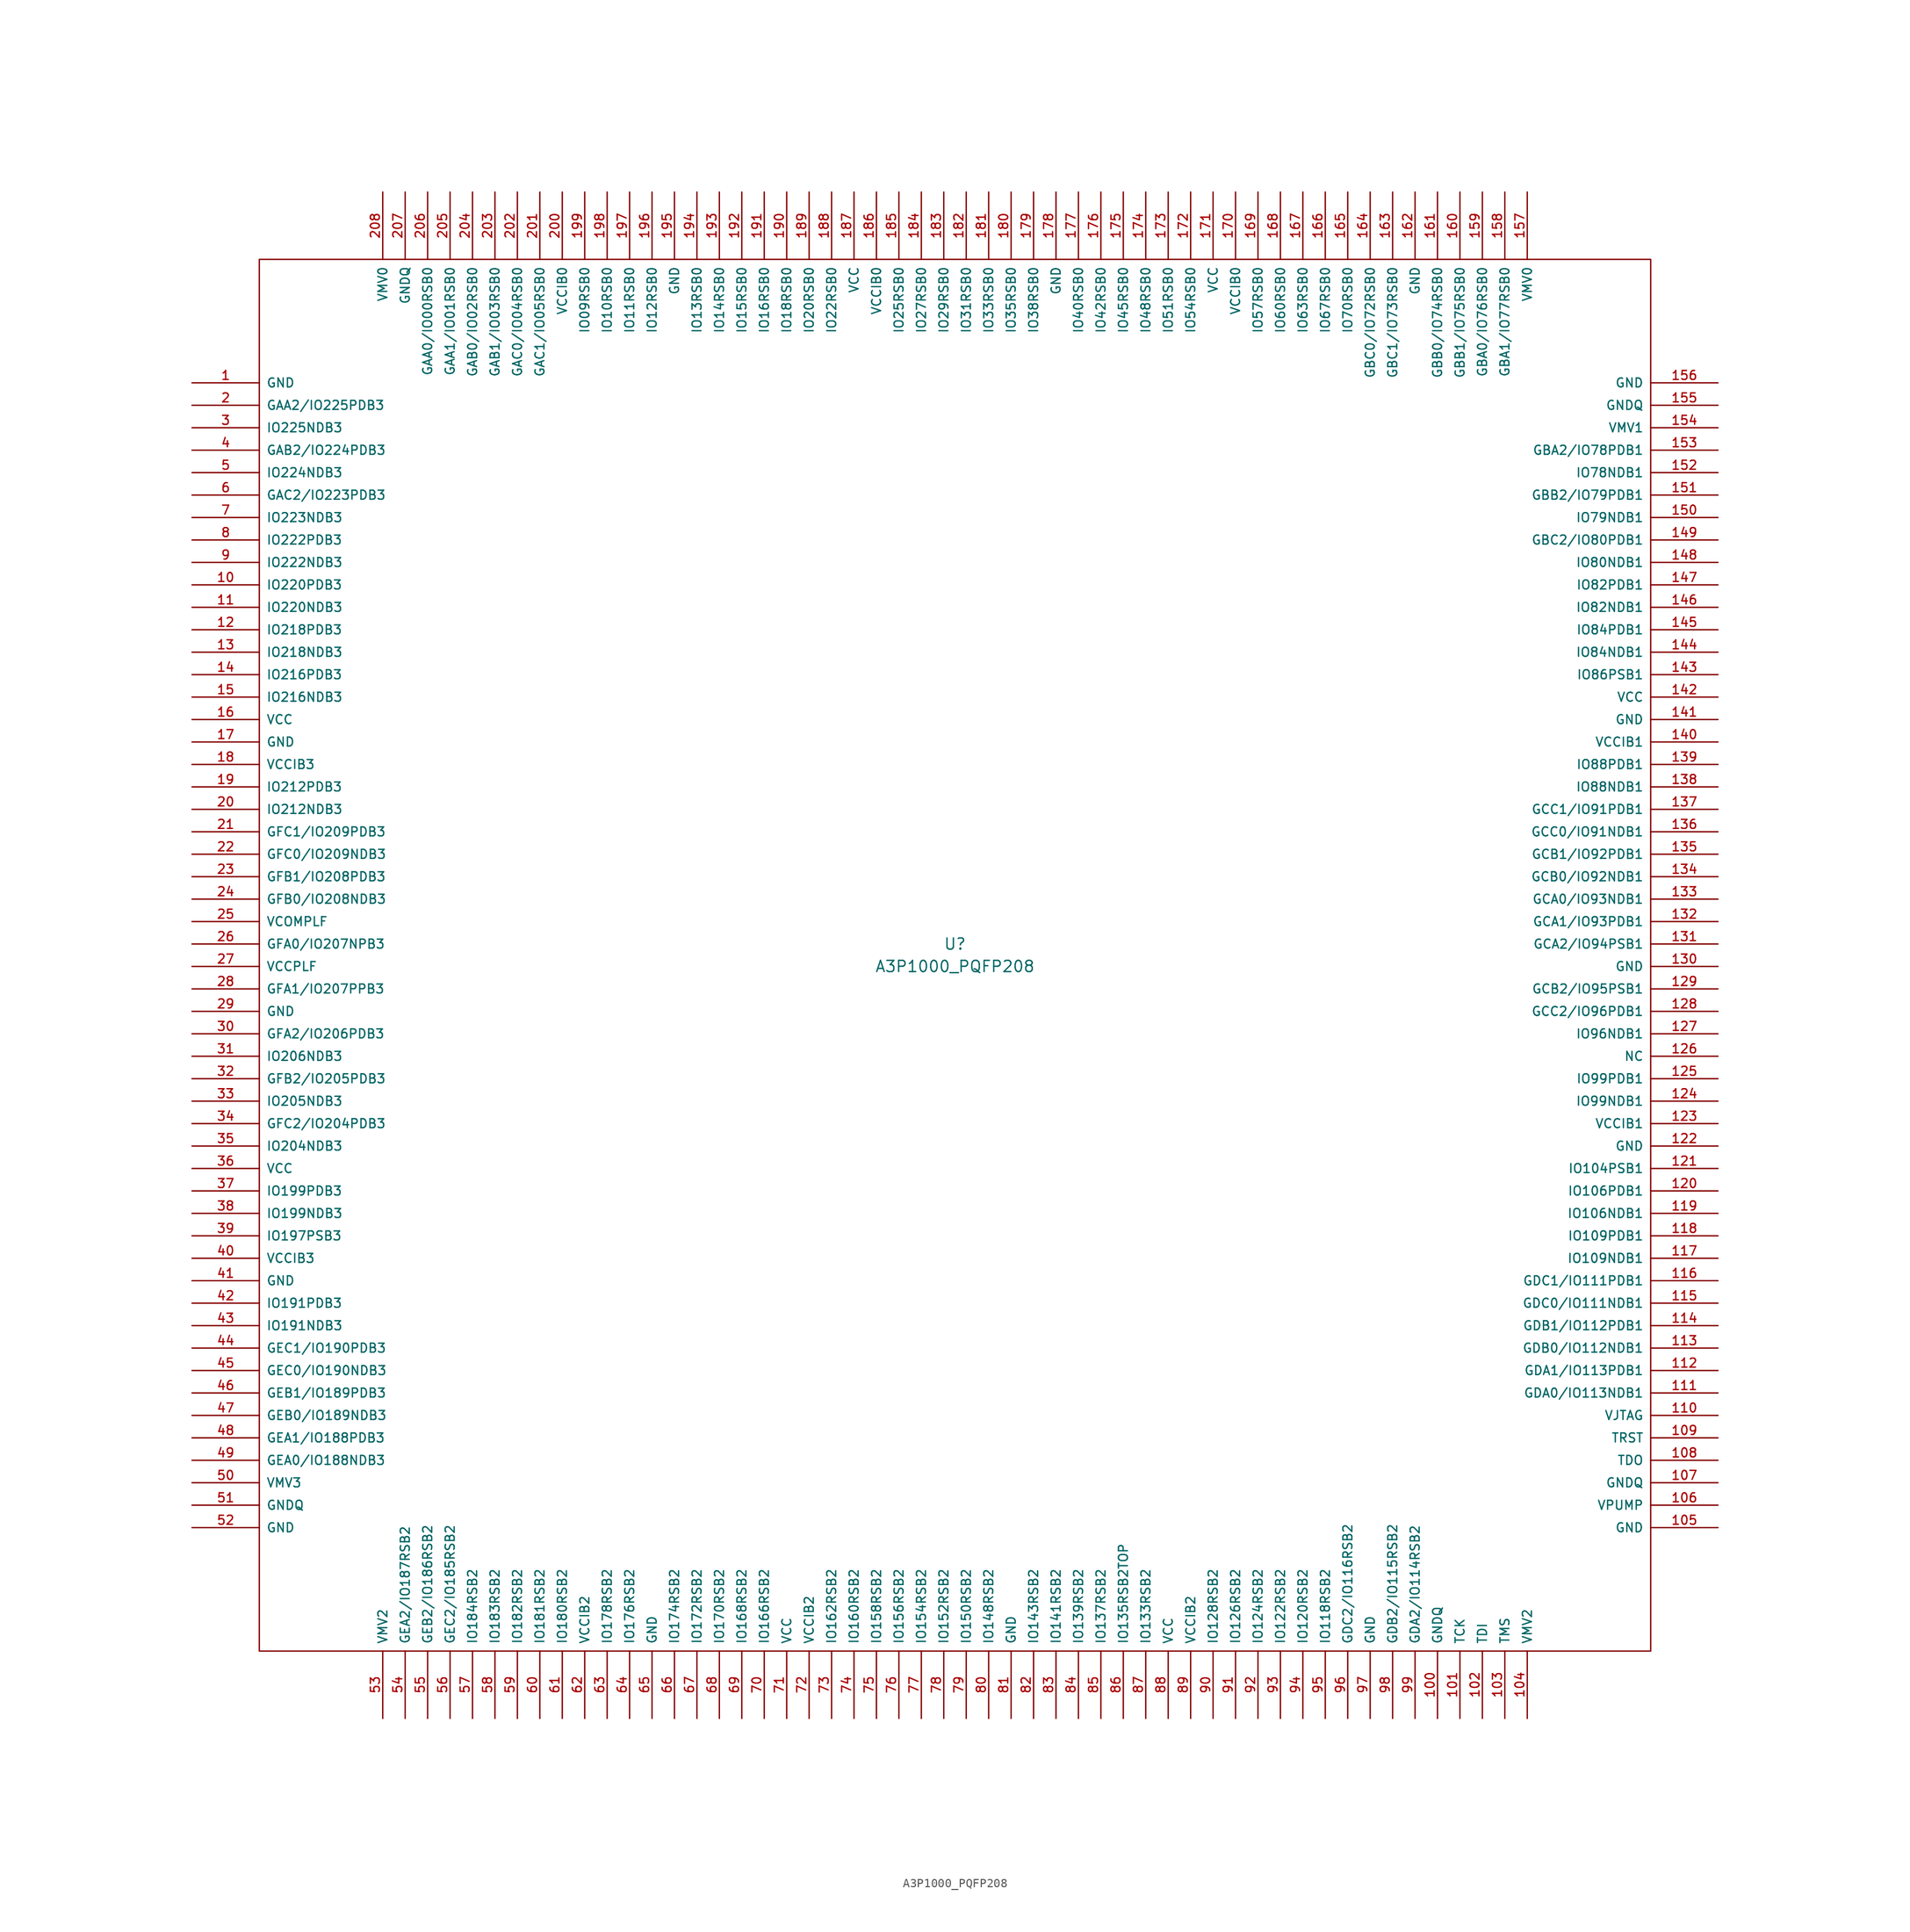
<source format=kicad_sym>
(kicad_symbol_lib
  (version 20211014)
  (generator kicad_symbol_editor)
  (symbol "A3P1000_PQFP208"
    (pin_names
      (offset 0.762))
    (property "Reference" "U"
      (at 78.74 -77.47 0)
      (effects (font (size 1.27 1.27))))
    (property "Value" "A3P1000_PQFP208"
      (at 78.74 -80.01 0)
      (effects (font (size 1.27 1.27))))
    (property "Footprint" ""
      (at 0 0 0)
      (effects (font (size 1.524 1.524))))
    (property "Datasheet" ""
      (at 0 0 0)
      (effects (font (size 1.524 1.524))))
    (symbol "A3P1000_PQFP208_0_0"
      (rectangle (start 0 0) (end 157.48 -157.48) (stroke (width 0) (type default) (color 0 0 0 0)) (fill (type none)))
      (pin passive line (at -7.62 -13.97 0) (length 7.62) (name "GND" (effects (font (size 1.016 1.016)))) (number "1" (effects (font (size 1.016 1.016)))))
      (pin passive line (at -7.62 -36.83 0) (length 7.62) (name "IO220PDB3" (effects (font (size 1.016 1.016)))) (number "10" (effects (font (size 1.016 1.016)))))
      (pin passive line (at 133.35 -165.1 90) (length 7.62) (name "GNDQ" (effects (font (size 1.016 1.016)))) (number "100" (effects (font (size 1.016 1.016)))))
      (pin passive line (at 135.89 -165.1 90) (length 7.62) (name "TCK" (effects (font (size 1.016 1.016)))) (number "101" (effects (font (size 1.016 1.016)))))
      (pin passive line (at 138.43 -165.1 90) (length 7.62) (name "TDI" (effects (font (size 1.016 1.016)))) (number "102" (effects (font (size 1.016 1.016)))))
      (pin passive line (at 140.97 -165.1 90) (length 7.62) (name "TMS" (effects (font (size 1.016 1.016)))) (number "103" (effects (font (size 1.016 1.016)))))
      (pin passive line (at 143.51 -165.1 90) (length 7.62) (name "VMV2" (effects (font (size 1.016 1.016)))) (number "104" (effects (font (size 1.016 1.016)))))
      (pin passive line (at 165.1 -143.51 180) (length 7.62) (name "GND" (effects (font (size 1.016 1.016)))) (number "105" (effects (font (size 1.016 1.016)))))
      (pin passive line (at 165.1 -140.97 180) (length 7.62) (name "VPUMP" (effects (font (size 1.016 1.016)))) (number "106" (effects (font (size 1.016 1.016)))))
      (pin passive line (at 165.1 -138.43 180) (length 7.62) (name "GNDQ" (effects (font (size 1.016 1.016)))) (number "107" (effects (font (size 1.016 1.016)))))
      (pin passive line (at 165.1 -135.89 180) (length 7.62) (name "TDO" (effects (font (size 1.016 1.016)))) (number "108" (effects (font (size 1.016 1.016)))))
      (pin passive line (at 165.1 -133.35 180) (length 7.62) (name "TRST" (effects (font (size 1.016 1.016)))) (number "109" (effects (font (size 1.016 1.016)))))
      (pin passive line (at -7.62 -39.37 0) (length 7.62) (name "IO220NDB3" (effects (font (size 1.016 1.016)))) (number "11" (effects (font (size 1.016 1.016)))))
      (pin passive line (at 165.1 -130.81 180) (length 7.62) (name "VJTAG" (effects (font (size 1.016 1.016)))) (number "110" (effects (font (size 1.016 1.016)))))
      (pin passive line (at 165.1 -128.27 180) (length 7.62) (name "GDA0/IO113NDB1" (effects (font (size 1.016 1.016)))) (number "111" (effects (font (size 1.016 1.016)))))
      (pin passive line (at 165.1 -125.73 180) (length 7.62) (name "GDA1/IO113PDB1" (effects (font (size 1.016 1.016)))) (number "112" (effects (font (size 1.016 1.016)))))
      (pin passive line (at 165.1 -123.19 180) (length 7.62) (name "GDB0/IO112NDB1" (effects (font (size 1.016 1.016)))) (number "113" (effects (font (size 1.016 1.016)))))
      (pin passive line (at 165.1 -120.65 180) (length 7.62) (name "GDB1/IO112PDB1" (effects (font (size 1.016 1.016)))) (number "114" (effects (font (size 1.016 1.016)))))
      (pin passive line (at 165.1 -118.11 180) (length 7.62) (name "GDC0/IO111NDB1" (effects (font (size 1.016 1.016)))) (number "115" (effects (font (size 1.016 1.016)))))
      (pin passive line (at 165.1 -115.57 180) (length 7.62) (name "GDC1/IO111PDB1" (effects (font (size 1.016 1.016)))) (number "116" (effects (font (size 1.016 1.016)))))
      (pin passive line (at 165.1 -113.03 180) (length 7.62) (name "IO109NDB1" (effects (font (size 1.016 1.016)))) (number "117" (effects (font (size 1.016 1.016)))))
      (pin passive line (at 165.1 -110.49 180) (length 7.62) (name "IO109PDB1" (effects (font (size 1.016 1.016)))) (number "118" (effects (font (size 1.016 1.016)))))
      (pin passive line (at 165.1 -107.95 180) (length 7.62) (name "IO106NDB1" (effects (font (size 1.016 1.016)))) (number "119" (effects (font (size 1.016 1.016)))))
      (pin passive line (at -7.62 -41.91 0) (length 7.62) (name "IO218PDB3" (effects (font (size 1.016 1.016)))) (number "12" (effects (font (size 1.016 1.016)))))
      (pin passive line (at 165.1 -105.41 180) (length 7.62) (name "IO106PDB1" (effects (font (size 1.016 1.016)))) (number "120" (effects (font (size 1.016 1.016)))))
      (pin passive line (at 165.1 -102.87 180) (length 7.62) (name "IO104PSB1" (effects (font (size 1.016 1.016)))) (number "121" (effects (font (size 1.016 1.016)))))
      (pin passive line (at 165.1 -100.33 180) (length 7.62) (name "GND" (effects (font (size 1.016 1.016)))) (number "122" (effects (font (size 1.016 1.016)))))
      (pin passive line (at 165.1 -97.79 180) (length 7.62) (name "VCCIB1" (effects (font (size 1.016 1.016)))) (number "123" (effects (font (size 1.016 1.016)))))
      (pin passive line (at 165.1 -95.25 180) (length 7.62) (name "IO99NDB1" (effects (font (size 1.016 1.016)))) (number "124" (effects (font (size 1.016 1.016)))))
      (pin passive line (at 165.1 -92.71 180) (length 7.62) (name "IO99PDB1" (effects (font (size 1.016 1.016)))) (number "125" (effects (font (size 1.016 1.016)))))
      (pin passive line (at 165.1 -90.17 180) (length 7.62) (name "NC" (effects (font (size 1.016 1.016)))) (number "126" (effects (font (size 1.016 1.016)))))
      (pin passive line (at 165.1 -87.63 180) (length 7.62) (name "IO96NDB1" (effects (font (size 1.016 1.016)))) (number "127" (effects (font (size 1.016 1.016)))))
      (pin passive line (at 165.1 -85.09 180) (length 7.62) (name "GCC2/IO96PDB1" (effects (font (size 1.016 1.016)))) (number "128" (effects (font (size 1.016 1.016)))))
      (pin passive line (at 165.1 -82.55 180) (length 7.62) (name "GCB2/IO95PSB1" (effects (font (size 1.016 1.016)))) (number "129" (effects (font (size 1.016 1.016)))))
      (pin passive line (at -7.62 -44.45 0) (length 7.62) (name "IO218NDB3" (effects (font (size 1.016 1.016)))) (number "13" (effects (font (size 1.016 1.016)))))
      (pin passive line (at 165.1 -80.01 180) (length 7.62) (name "GND" (effects (font (size 1.016 1.016)))) (number "130" (effects (font (size 1.016 1.016)))))
      (pin passive line (at 165.1 -77.47 180) (length 7.62) (name "GCA2/IO94PSB1" (effects (font (size 1.016 1.016)))) (number "131" (effects (font (size 1.016 1.016)))))
      (pin passive line (at 165.1 -74.93 180) (length 7.62) (name "GCA1/IO93PDB1" (effects (font (size 1.016 1.016)))) (number "132" (effects (font (size 1.016 1.016)))))
      (pin passive line (at 165.1 -72.39 180) (length 7.62) (name "GCA0/IO93NDB1" (effects (font (size 1.016 1.016)))) (number "133" (effects (font (size 1.016 1.016)))))
      (pin passive line (at 165.1 -69.85 180) (length 7.62) (name "GCB0/IO92NDB1" (effects (font (size 1.016 1.016)))) (number "134" (effects (font (size 1.016 1.016)))))
      (pin passive line (at 165.1 -67.31 180) (length 7.62) (name "GCB1/IO92PDB1" (effects (font (size 1.016 1.016)))) (number "135" (effects (font (size 1.016 1.016)))))
      (pin passive line (at 165.1 -64.77 180) (length 7.62) (name "GCC0/IO91NDB1" (effects (font (size 1.016 1.016)))) (number "136" (effects (font (size 1.016 1.016)))))
      (pin passive line (at 165.1 -62.23 180) (length 7.62) (name "GCC1/IO91PDB1" (effects (font (size 1.016 1.016)))) (number "137" (effects (font (size 1.016 1.016)))))
      (pin passive line (at 165.1 -59.69 180) (length 7.62) (name "IO88NDB1" (effects (font (size 1.016 1.016)))) (number "138" (effects (font (size 1.016 1.016)))))
      (pin passive line (at 165.1 -57.15 180) (length 7.62) (name "IO88PDB1" (effects (font (size 1.016 1.016)))) (number "139" (effects (font (size 1.016 1.016)))))
      (pin passive line (at -7.62 -46.99 0) (length 7.62) (name "IO216PDB3" (effects (font (size 1.016 1.016)))) (number "14" (effects (font (size 1.016 1.016)))))
      (pin passive line (at 165.1 -54.61 180) (length 7.62) (name "VCCIB1" (effects (font (size 1.016 1.016)))) (number "140" (effects (font (size 1.016 1.016)))))
      (pin passive line (at 165.1 -52.07 180) (length 7.62) (name "GND" (effects (font (size 1.016 1.016)))) (number "141" (effects (font (size 1.016 1.016)))))
      (pin passive line (at 165.1 -49.53 180) (length 7.62) (name "VCC" (effects (font (size 1.016 1.016)))) (number "142" (effects (font (size 1.016 1.016)))))
      (pin passive line (at 165.1 -46.99 180) (length 7.62) (name "IO86PSB1" (effects (font (size 1.016 1.016)))) (number "143" (effects (font (size 1.016 1.016)))))
      (pin passive line (at 165.1 -44.45 180) (length 7.62) (name "IO84NDB1" (effects (font (size 1.016 1.016)))) (number "144" (effects (font (size 1.016 1.016)))))
      (pin passive line (at 165.1 -41.91 180) (length 7.62) (name "IO84PDB1" (effects (font (size 1.016 1.016)))) (number "145" (effects (font (size 1.016 1.016)))))
      (pin passive line (at 165.1 -39.37 180) (length 7.62) (name "IO82NDB1" (effects (font (size 1.016 1.016)))) (number "146" (effects (font (size 1.016 1.016)))))
      (pin passive line (at 165.1 -36.83 180) (length 7.62) (name "IO82PDB1" (effects (font (size 1.016 1.016)))) (number "147" (effects (font (size 1.016 1.016)))))
      (pin passive line (at 165.1 -34.29 180) (length 7.62) (name "IO80NDB1" (effects (font (size 1.016 1.016)))) (number "148" (effects (font (size 1.016 1.016)))))
      (pin passive line (at 165.1 -31.75 180) (length 7.62) (name "GBC2/IO80PDB1" (effects (font (size 1.016 1.016)))) (number "149" (effects (font (size 1.016 1.016)))))
      (pin passive line (at -7.62 -49.53 0) (length 7.62) (name "IO216NDB3" (effects (font (size 1.016 1.016)))) (number "15" (effects (font (size 1.016 1.016)))))
      (pin passive line (at 165.1 -29.21 180) (length 7.62) (name "IO79NDB1" (effects (font (size 1.016 1.016)))) (number "150" (effects (font (size 1.016 1.016)))))
      (pin passive line (at 165.1 -26.67 180) (length 7.62) (name "GBB2/IO79PDB1" (effects (font (size 1.016 1.016)))) (number "151" (effects (font (size 1.016 1.016)))))
      (pin passive line (at 165.1 -24.13 180) (length 7.62) (name "IO78NDB1" (effects (font (size 1.016 1.016)))) (number "152" (effects (font (size 1.016 1.016)))))
      (pin passive line (at 165.1 -21.59 180) (length 7.62) (name "GBA2/IO78PDB1" (effects (font (size 1.016 1.016)))) (number "153" (effects (font (size 1.016 1.016)))))
      (pin passive line (at 165.1 -19.05 180) (length 7.62) (name "VMV1" (effects (font (size 1.016 1.016)))) (number "154" (effects (font (size 1.016 1.016)))))
      (pin passive line (at 165.1 -16.51 180) (length 7.62) (name "GNDQ" (effects (font (size 1.016 1.016)))) (number "155" (effects (font (size 1.016 1.016)))))
      (pin passive line (at 165.1 -13.97 180) (length 7.62) (name "GND" (effects (font (size 1.016 1.016)))) (number "156" (effects (font (size 1.016 1.016)))))
      (pin passive line (at 143.51 7.62 270) (length 7.62) (name "VMV0" (effects (font (size 1.016 1.016)))) (number "157" (effects (font (size 1.016 1.016)))))
      (pin passive line (at 140.97 7.62 270) (length 7.62) (name "GBA1/IO77RSB0" (effects (font (size 1.016 1.016)))) (number "158" (effects (font (size 1.016 1.016)))))
      (pin passive line (at 138.43 7.62 270) (length 7.62) (name "GBA0/IO76RSB0" (effects (font (size 1.016 1.016)))) (number "159" (effects (font (size 1.016 1.016)))))
      (pin passive line (at -7.62 -52.07 0) (length 7.62) (name "VCC" (effects (font (size 1.016 1.016)))) (number "16" (effects (font (size 1.016 1.016)))))
      (pin passive line (at 135.89 7.62 270) (length 7.62) (name "GBB1/IO75RSB0" (effects (font (size 1.016 1.016)))) (number "160" (effects (font (size 1.016 1.016)))))
      (pin passive line (at 133.35 7.62 270) (length 7.62) (name "GBB0/IO74RSB0" (effects (font (size 1.016 1.016)))) (number "161" (effects (font (size 1.016 1.016)))))
      (pin passive line (at 130.81 7.62 270) (length 7.62) (name "GND" (effects (font (size 1.016 1.016)))) (number "162" (effects (font (size 1.016 1.016)))))
      (pin passive line (at 128.27 7.62 270) (length 7.62) (name "GBC1/IO73RSB0" (effects (font (size 1.016 1.016)))) (number "163" (effects (font (size 1.016 1.016)))))
      (pin passive line (at 125.73 7.62 270) (length 7.62) (name "GBC0/IO72RSB0" (effects (font (size 1.016 1.016)))) (number "164" (effects (font (size 1.016 1.016)))))
      (pin passive line (at 123.19 7.62 270) (length 7.62) (name "IO70RSB0" (effects (font (size 1.016 1.016)))) (number "165" (effects (font (size 1.016 1.016)))))
      (pin passive line (at 120.65 7.62 270) (length 7.62) (name "IO67RSB0" (effects (font (size 1.016 1.016)))) (number "166" (effects (font (size 1.016 1.016)))))
      (pin passive line (at 118.11 7.62 270) (length 7.62) (name "IO63RSB0" (effects (font (size 1.016 1.016)))) (number "167" (effects (font (size 1.016 1.016)))))
      (pin passive line (at 115.57 7.62 270) (length 7.62) (name "IO60RSB0" (effects (font (size 1.016 1.016)))) (number "168" (effects (font (size 1.016 1.016)))))
      (pin passive line (at 113.03 7.62 270) (length 7.62) (name "IO57RSB0" (effects (font (size 1.016 1.016)))) (number "169" (effects (font (size 1.016 1.016)))))
      (pin passive line (at -7.62 -54.61 0) (length 7.62) (name "GND" (effects (font (size 1.016 1.016)))) (number "17" (effects (font (size 1.016 1.016)))))
      (pin passive line (at 110.49 7.62 270) (length 7.62) (name "VCCIB0" (effects (font (size 1.016 1.016)))) (number "170" (effects (font (size 1.016 1.016)))))
      (pin passive line (at 107.95 7.62 270) (length 7.62) (name "VCC" (effects (font (size 1.016 1.016)))) (number "171" (effects (font (size 1.016 1.016)))))
      (pin passive line (at 105.41 7.62 270) (length 7.62) (name "IO54RSB0" (effects (font (size 1.016 1.016)))) (number "172" (effects (font (size 1.016 1.016)))))
      (pin passive line (at 102.87 7.62 270) (length 7.62) (name "IO51RSB0" (effects (font (size 1.016 1.016)))) (number "173" (effects (font (size 1.016 1.016)))))
      (pin passive line (at 100.33 7.62 270) (length 7.62) (name "IO48RSB0" (effects (font (size 1.016 1.016)))) (number "174" (effects (font (size 1.016 1.016)))))
      (pin passive line (at 97.79 7.62 270) (length 7.62) (name "IO45RSB0" (effects (font (size 1.016 1.016)))) (number "175" (effects (font (size 1.016 1.016)))))
      (pin passive line (at 95.25 7.62 270) (length 7.62) (name "IO42RSB0" (effects (font (size 1.016 1.016)))) (number "176" (effects (font (size 1.016 1.016)))))
      (pin passive line (at 92.71 7.62 270) (length 7.62) (name "IO40RSB0" (effects (font (size 1.016 1.016)))) (number "177" (effects (font (size 1.016 1.016)))))
      (pin passive line (at 90.17 7.62 270) (length 7.62) (name "GND" (effects (font (size 1.016 1.016)))) (number "178" (effects (font (size 1.016 1.016)))))
      (pin passive line (at 87.63 7.62 270) (length 7.62) (name "IO38RSB0" (effects (font (size 1.016 1.016)))) (number "179" (effects (font (size 1.016 1.016)))))
      (pin passive line (at -7.62 -57.15 0) (length 7.62) (name "VCCIB3" (effects (font (size 1.016 1.016)))) (number "18" (effects (font (size 1.016 1.016)))))
      (pin passive line (at 85.09 7.62 270) (length 7.62) (name "IO35RSB0" (effects (font (size 1.016 1.016)))) (number "180" (effects (font (size 1.016 1.016)))))
      (pin passive line (at 82.55 7.62 270) (length 7.62) (name "IO33RSB0" (effects (font (size 1.016 1.016)))) (number "181" (effects (font (size 1.016 1.016)))))
      (pin passive line (at 80.01 7.62 270) (length 7.62) (name "IO31RSB0" (effects (font (size 1.016 1.016)))) (number "182" (effects (font (size 1.016 1.016)))))
      (pin passive line (at 77.47 7.62 270) (length 7.62) (name "IO29RSB0" (effects (font (size 1.016 1.016)))) (number "183" (effects (font (size 1.016 1.016)))))
      (pin passive line (at 74.93 7.62 270) (length 7.62) (name "IO27RSB0" (effects (font (size 1.016 1.016)))) (number "184" (effects (font (size 1.016 1.016)))))
      (pin passive line (at 72.39 7.62 270) (length 7.62) (name "IO25RSB0" (effects (font (size 1.016 1.016)))) (number "185" (effects (font (size 1.016 1.016)))))
      (pin passive line (at 69.85 7.62 270) (length 7.62) (name "VCCIB0" (effects (font (size 1.016 1.016)))) (number "186" (effects (font (size 1.016 1.016)))))
      (pin passive line (at 67.31 7.62 270) (length 7.62) (name "VCC" (effects (font (size 1.016 1.016)))) (number "187" (effects (font (size 1.016 1.016)))))
      (pin passive line (at 64.77 7.62 270) (length 7.62) (name "IO22RSB0" (effects (font (size 1.016 1.016)))) (number "188" (effects (font (size 1.016 1.016)))))
      (pin passive line (at 62.23 7.62 270) (length 7.62) (name "IO20RSB0" (effects (font (size 1.016 1.016)))) (number "189" (effects (font (size 1.016 1.016)))))
      (pin passive line (at -7.62 -59.69 0) (length 7.62) (name "IO212PDB3" (effects (font (size 1.016 1.016)))) (number "19" (effects (font (size 1.016 1.016)))))
      (pin passive line (at 59.69 7.62 270) (length 7.62) (name "IO18RSB0" (effects (font (size 1.016 1.016)))) (number "190" (effects (font (size 1.016 1.016)))))
      (pin passive line (at 57.15 7.62 270) (length 7.62) (name "IO16RSB0" (effects (font (size 1.016 1.016)))) (number "191" (effects (font (size 1.016 1.016)))))
      (pin passive line (at 54.61 7.62 270) (length 7.62) (name "IO15RSB0" (effects (font (size 1.016 1.016)))) (number "192" (effects (font (size 1.016 1.016)))))
      (pin passive line (at 52.07 7.62 270) (length 7.62) (name "IO14RSB0" (effects (font (size 1.016 1.016)))) (number "193" (effects (font (size 1.016 1.016)))))
      (pin passive line (at 49.53 7.62 270) (length 7.62) (name "IO13RSB0" (effects (font (size 1.016 1.016)))) (number "194" (effects (font (size 1.016 1.016)))))
      (pin passive line (at 46.99 7.62 270) (length 7.62) (name "GND" (effects (font (size 1.016 1.016)))) (number "195" (effects (font (size 1.016 1.016)))))
      (pin passive line (at 44.45 7.62 270) (length 7.62) (name "IO12RSB0" (effects (font (size 1.016 1.016)))) (number "196" (effects (font (size 1.016 1.016)))))
      (pin passive line (at 41.91 7.62 270) (length 7.62) (name "IO11RSB0" (effects (font (size 1.016 1.016)))) (number "197" (effects (font (size 1.016 1.016)))))
      (pin passive line (at 39.37 7.62 270) (length 7.62) (name "IO10RSB0" (effects (font (size 1.016 1.016)))) (number "198" (effects (font (size 1.016 1.016)))))
      (pin passive line (at 36.83 7.62 270) (length 7.62) (name "IO09RSB0" (effects (font (size 1.016 1.016)))) (number "199" (effects (font (size 1.016 1.016)))))
      (pin passive line (at -7.62 -16.51 0) (length 7.62) (name "GAA2/IO225PDB3" (effects (font (size 1.016 1.016)))) (number "2" (effects (font (size 1.016 1.016)))))
      (pin passive line (at -7.62 -62.23 0) (length 7.62) (name "IO212NDB3" (effects (font (size 1.016 1.016)))) (number "20" (effects (font (size 1.016 1.016)))))
      (pin passive line (at 34.29 7.62 270) (length 7.62) (name "VCCIB0" (effects (font (size 1.016 1.016)))) (number "200" (effects (font (size 1.016 1.016)))))
      (pin passive line (at 31.75 7.62 270) (length 7.62) (name "GAC1/IO05RSB0" (effects (font (size 1.016 1.016)))) (number "201" (effects (font (size 1.016 1.016)))))
      (pin passive line (at 29.21 7.62 270) (length 7.62) (name "GAC0/IO04RSB0" (effects (font (size 1.016 1.016)))) (number "202" (effects (font (size 1.016 1.016)))))
      (pin passive line (at 26.67 7.62 270) (length 7.62) (name "GAB1/IO03RSB0" (effects (font (size 1.016 1.016)))) (number "203" (effects (font (size 1.016 1.016)))))
      (pin passive line (at 24.13 7.62 270) (length 7.62) (name "GAB0/IO02RSB0" (effects (font (size 1.016 1.016)))) (number "204" (effects (font (size 1.016 1.016)))))
      (pin passive line (at 21.59 7.62 270) (length 7.62) (name "GAA1/IO01RSB0" (effects (font (size 1.016 1.016)))) (number "205" (effects (font (size 1.016 1.016)))))
      (pin passive line (at 19.05 7.62 270) (length 7.62) (name "GAA0/IO00RSB0" (effects (font (size 1.016 1.016)))) (number "206" (effects (font (size 1.016 1.016)))))
      (pin passive line (at 16.51 7.62 270) (length 7.62) (name "GNDQ" (effects (font (size 1.016 1.016)))) (number "207" (effects (font (size 1.016 1.016)))))
      (pin passive line (at 13.97 7.62 270) (length 7.62) (name "VMV0" (effects (font (size 1.016 1.016)))) (number "208" (effects (font (size 1.016 1.016)))))
      (pin passive line (at -7.62 -64.77 0) (length 7.62) (name "GFC1/IO209PDB3" (effects (font (size 1.016 1.016)))) (number "21" (effects (font (size 1.016 1.016)))))
      (pin passive line (at -7.62 -67.31 0) (length 7.62) (name "GFC0/IO209NDB3" (effects (font (size 1.016 1.016)))) (number "22" (effects (font (size 1.016 1.016)))))
      (pin passive line (at -7.62 -69.85 0) (length 7.62) (name "GFB1/IO208PDB3" (effects (font (size 1.016 1.016)))) (number "23" (effects (font (size 1.016 1.016)))))
      (pin passive line (at -7.62 -72.39 0) (length 7.62) (name "GFB0/IO208NDB3" (effects (font (size 1.016 1.016)))) (number "24" (effects (font (size 1.016 1.016)))))
      (pin passive line (at -7.62 -74.93 0) (length 7.62) (name "VCOMPLF" (effects (font (size 1.016 1.016)))) (number "25" (effects (font (size 1.016 1.016)))))
      (pin passive line (at -7.62 -77.47 0) (length 7.62) (name "GFA0/IO207NPB3" (effects (font (size 1.016 1.016)))) (number "26" (effects (font (size 1.016 1.016)))))
      (pin passive line (at -7.62 -80.01 0) (length 7.62) (name "VCCPLF" (effects (font (size 1.016 1.016)))) (number "27" (effects (font (size 1.016 1.016)))))
      (pin passive line (at -7.62 -82.55 0) (length 7.62) (name "GFA1/IO207PPB3" (effects (font (size 1.016 1.016)))) (number "28" (effects (font (size 1.016 1.016)))))
      (pin passive line (at -7.62 -85.09 0) (length 7.62) (name "GND" (effects (font (size 1.016 1.016)))) (number "29" (effects (font (size 1.016 1.016)))))
      (pin passive line (at -7.62 -19.05 0) (length 7.62) (name "IO225NDB3" (effects (font (size 1.016 1.016)))) (number "3" (effects (font (size 1.016 1.016)))))
      (pin passive line (at -7.62 -87.63 0) (length 7.62) (name "GFA2/IO206PDB3" (effects (font (size 1.016 1.016)))) (number "30" (effects (font (size 1.016 1.016)))))
      (pin passive line (at -7.62 -90.17 0) (length 7.62) (name "IO206NDB3" (effects (font (size 1.016 1.016)))) (number "31" (effects (font (size 1.016 1.016)))))
      (pin passive line (at -7.62 -92.71 0) (length 7.62) (name "GFB2/IO205PDB3" (effects (font (size 1.016 1.016)))) (number "32" (effects (font (size 1.016 1.016)))))
      (pin passive line (at -7.62 -95.25 0) (length 7.62) (name "IO205NDB3" (effects (font (size 1.016 1.016)))) (number "33" (effects (font (size 1.016 1.016)))))
      (pin passive line (at -7.62 -97.79 0) (length 7.62) (name "GFC2/IO204PDB3" (effects (font (size 1.016 1.016)))) (number "34" (effects (font (size 1.016 1.016)))))
      (pin passive line (at -7.62 -100.33 0) (length 7.62) (name "IO204NDB3" (effects (font (size 1.016 1.016)))) (number "35" (effects (font (size 1.016 1.016)))))
      (pin passive line (at -7.62 -102.87 0) (length 7.62) (name "VCC" (effects (font (size 1.016 1.016)))) (number "36" (effects (font (size 1.016 1.016)))))
      (pin passive line (at -7.62 -105.41 0) (length 7.62) (name "IO199PDB3" (effects (font (size 1.016 1.016)))) (number "37" (effects (font (size 1.016 1.016)))))
      (pin passive line (at -7.62 -107.95 0) (length 7.62) (name "IO199NDB3" (effects (font (size 1.016 1.016)))) (number "38" (effects (font (size 1.016 1.016)))))
      (pin passive line (at -7.62 -110.49 0) (length 7.62) (name "IO197PSB3" (effects (font (size 1.016 1.016)))) (number "39" (effects (font (size 1.016 1.016)))))
      (pin passive line (at -7.62 -21.59 0) (length 7.62) (name "GAB2/IO224PDB3" (effects (font (size 1.016 1.016)))) (number "4" (effects (font (size 1.016 1.016)))))
      (pin passive line (at -7.62 -113.03 0) (length 7.62) (name "VCCIB3" (effects (font (size 1.016 1.016)))) (number "40" (effects (font (size 1.016 1.016)))))
      (pin passive line (at -7.62 -115.57 0) (length 7.62) (name "GND" (effects (font (size 1.016 1.016)))) (number "41" (effects (font (size 1.016 1.016)))))
      (pin passive line (at -7.62 -118.11 0) (length 7.62) (name "IO191PDB3" (effects (font (size 1.016 1.016)))) (number "42" (effects (font (size 1.016 1.016)))))
      (pin passive line (at -7.62 -120.65 0) (length 7.62) (name "IO191NDB3" (effects (font (size 1.016 1.016)))) (number "43" (effects (font (size 1.016 1.016)))))
      (pin passive line (at -7.62 -123.19 0) (length 7.62) (name "GEC1/IO190PDB3" (effects (font (size 1.016 1.016)))) (number "44" (effects (font (size 1.016 1.016)))))
      (pin passive line (at -7.62 -125.73 0) (length 7.62) (name "GEC0/IO190NDB3" (effects (font (size 1.016 1.016)))) (number "45" (effects (font (size 1.016 1.016)))))
      (pin passive line (at -7.62 -128.27 0) (length 7.62) (name "GEB1/IO189PDB3" (effects (font (size 1.016 1.016)))) (number "46" (effects (font (size 1.016 1.016)))))
      (pin passive line (at -7.62 -130.81 0) (length 7.62) (name "GEB0/IO189NDB3" (effects (font (size 1.016 1.016)))) (number "47" (effects (font (size 1.016 1.016)))))
      (pin passive line (at -7.62 -133.35 0) (length 7.62) (name "GEA1/IO188PDB3" (effects (font (size 1.016 1.016)))) (number "48" (effects (font (size 1.016 1.016)))))
      (pin passive line (at -7.62 -135.89 0) (length 7.62) (name "GEA0/IO188NDB3" (effects (font (size 1.016 1.016)))) (number "49" (effects (font (size 1.016 1.016)))))
      (pin passive line (at -7.62 -24.13 0) (length 7.62) (name "IO224NDB3" (effects (font (size 1.016 1.016)))) (number "5" (effects (font (size 1.016 1.016)))))
      (pin passive line (at -7.62 -138.43 0) (length 7.62) (name "VMV3" (effects (font (size 1.016 1.016)))) (number "50" (effects (font (size 1.016 1.016)))))
      (pin passive line (at -7.62 -140.97 0) (length 7.62) (name "GNDQ" (effects (font (size 1.016 1.016)))) (number "51" (effects (font (size 1.016 1.016)))))
      (pin passive line (at -7.62 -143.51 0) (length 7.62) (name "GND" (effects (font (size 1.016 1.016)))) (number "52" (effects (font (size 1.016 1.016)))))
      (pin passive line (at 13.97 -165.1 90) (length 7.62) (name "VMV2" (effects (font (size 1.016 1.016)))) (number "53" (effects (font (size 1.016 1.016)))))
      (pin passive line (at 16.51 -165.1 90) (length 7.62) (name "GEA2/IO187RSB2" (effects (font (size 1.016 1.016)))) (number "54" (effects (font (size 1.016 1.016)))))
      (pin passive line (at 19.05 -165.1 90) (length 7.62) (name "GEB2/IO186RSB2" (effects (font (size 1.016 1.016)))) (number "55" (effects (font (size 1.016 1.016)))))
      (pin passive line (at 21.59 -165.1 90) (length 7.62) (name "GEC2/IO185RSB2" (effects (font (size 1.016 1.016)))) (number "56" (effects (font (size 1.016 1.016)))))
      (pin passive line (at 24.13 -165.1 90) (length 7.62) (name "IO184RSB2" (effects (font (size 1.016 1.016)))) (number "57" (effects (font (size 1.016 1.016)))))
      (pin passive line (at 26.67 -165.1 90) (length 7.62) (name "IO183RSB2" (effects (font (size 1.016 1.016)))) (number "58" (effects (font (size 1.016 1.016)))))
      (pin passive line (at 29.21 -165.1 90) (length 7.62) (name "IO182RSB2" (effects (font (size 1.016 1.016)))) (number "59" (effects (font (size 1.016 1.016)))))
      (pin passive line (at -7.62 -26.67 0) (length 7.62) (name "GAC2/IO223PDB3" (effects (font (size 1.016 1.016)))) (number "6" (effects (font (size 1.016 1.016)))))
      (pin passive line (at 31.75 -165.1 90) (length 7.62) (name "IO181RSB2" (effects (font (size 1.016 1.016)))) (number "60" (effects (font (size 1.016 1.016)))))
      (pin passive line (at 34.29 -165.1 90) (length 7.62) (name "IO180RSB2" (effects (font (size 1.016 1.016)))) (number "61" (effects (font (size 1.016 1.016)))))
      (pin passive line (at 36.83 -165.1 90) (length 7.62) (name "VCCIB2" (effects (font (size 1.016 1.016)))) (number "62" (effects (font (size 1.016 1.016)))))
      (pin passive line (at 39.37 -165.1 90) (length 7.62) (name "IO178RSB2" (effects (font (size 1.016 1.016)))) (number "63" (effects (font (size 1.016 1.016)))))
      (pin passive line (at 41.91 -165.1 90) (length 7.62) (name "IO176RSB2" (effects (font (size 1.016 1.016)))) (number "64" (effects (font (size 1.016 1.016)))))
      (pin passive line (at 44.45 -165.1 90) (length 7.62) (name "GND" (effects (font (size 1.016 1.016)))) (number "65" (effects (font (size 1.016 1.016)))))
      (pin passive line (at 46.99 -165.1 90) (length 7.62) (name "IO174RSB2" (effects (font (size 1.016 1.016)))) (number "66" (effects (font (size 1.016 1.016)))))
      (pin passive line (at 49.53 -165.1 90) (length 7.62) (name "IO172RSB2" (effects (font (size 1.016 1.016)))) (number "67" (effects (font (size 1.016 1.016)))))
      (pin passive line (at 52.07 -165.1 90) (length 7.62) (name "IO170RSB2" (effects (font (size 1.016 1.016)))) (number "68" (effects (font (size 1.016 1.016)))))
      (pin passive line (at 54.61 -165.1 90) (length 7.62) (name "IO168RSB2" (effects (font (size 1.016 1.016)))) (number "69" (effects (font (size 1.016 1.016)))))
      (pin passive line (at -7.62 -29.21 0) (length 7.62) (name "IO223NDB3" (effects (font (size 1.016 1.016)))) (number "7" (effects (font (size 1.016 1.016)))))
      (pin passive line (at 57.15 -165.1 90) (length 7.62) (name "IO166RSB2" (effects (font (size 1.016 1.016)))) (number "70" (effects (font (size 1.016 1.016)))))
      (pin passive line (at 59.69 -165.1 90) (length 7.62) (name "VCC" (effects (font (size 1.016 1.016)))) (number "71" (effects (font (size 1.016 1.016)))))
      (pin passive line (at 62.23 -165.1 90) (length 7.62) (name "VCCIB2" (effects (font (size 1.016 1.016)))) (number "72" (effects (font (size 1.016 1.016)))))
      (pin passive line (at 64.77 -165.1 90) (length 7.62) (name "IO162RSB2" (effects (font (size 1.016 1.016)))) (number "73" (effects (font (size 1.016 1.016)))))
      (pin passive line (at 67.31 -165.1 90) (length 7.62) (name "IO160RSB2" (effects (font (size 1.016 1.016)))) (number "74" (effects (font (size 1.016 1.016)))))
      (pin passive line (at 69.85 -165.1 90) (length 7.62) (name "IO158RSB2" (effects (font (size 1.016 1.016)))) (number "75" (effects (font (size 1.016 1.016)))))
      (pin passive line (at 72.39 -165.1 90) (length 7.62) (name "IO156RSB2" (effects (font (size 1.016 1.016)))) (number "76" (effects (font (size 1.016 1.016)))))
      (pin passive line (at 74.93 -165.1 90) (length 7.62) (name "IO154RSB2" (effects (font (size 1.016 1.016)))) (number "77" (effects (font (size 1.016 1.016)))))
      (pin passive line (at 77.47 -165.1 90) (length 7.62) (name "IO152RSB2" (effects (font (size 1.016 1.016)))) (number "78" (effects (font (size 1.016 1.016)))))
      (pin passive line (at 80.01 -165.1 90) (length 7.62) (name "IO150RSB2" (effects (font (size 1.016 1.016)))) (number "79" (effects (font (size 1.016 1.016)))))
      (pin passive line (at -7.62 -31.75 0) (length 7.62) (name "IO222PDB3" (effects (font (size 1.016 1.016)))) (number "8" (effects (font (size 1.016 1.016)))))
      (pin passive line (at 82.55 -165.1 90) (length 7.62) (name "IO148RSB2" (effects (font (size 1.016 1.016)))) (number "80" (effects (font (size 1.016 1.016)))))
      (pin passive line (at 85.09 -165.1 90) (length 7.62) (name "GND" (effects (font (size 1.016 1.016)))) (number "81" (effects (font (size 1.016 1.016)))))
      (pin passive line (at 87.63 -165.1 90) (length 7.62) (name "IO143RSB2" (effects (font (size 1.016 1.016)))) (number "82" (effects (font (size 1.016 1.016)))))
      (pin passive line (at 90.17 -165.1 90) (length 7.62) (name "IO141RSB2" (effects (font (size 1.016 1.016)))) (number "83" (effects (font (size 1.016 1.016)))))
      (pin passive line (at 92.71 -165.1 90) (length 7.62) (name "IO139RSB2" (effects (font (size 1.016 1.016)))) (number "84" (effects (font (size 1.016 1.016)))))
      (pin passive line (at 95.25 -165.1 90) (length 7.62) (name "IO137RSB2" (effects (font (size 1.016 1.016)))) (number "85" (effects (font (size 1.016 1.016)))))
      (pin passive line (at 97.79 -165.1 90) (length 7.62) (name "IO135RSB2TOP" (effects (font (size 1.016 1.016)))) (number "86" (effects (font (size 1.016 1.016)))))
      (pin passive line (at 100.33 -165.1 90) (length 7.62) (name "IO133RSB2" (effects (font (size 1.016 1.016)))) (number "87" (effects (font (size 1.016 1.016)))))
      (pin passive line (at 102.87 -165.1 90) (length 7.62) (name "VCC" (effects (font (size 1.016 1.016)))) (number "88" (effects (font (size 1.016 1.016)))))
      (pin passive line (at 105.41 -165.1 90) (length 7.62) (name "VCCIB2" (effects (font (size 1.016 1.016)))) (number "89" (effects (font (size 1.016 1.016)))))
      (pin passive line (at -7.62 -34.29 0) (length 7.62) (name "IO222NDB3" (effects (font (size 1.016 1.016)))) (number "9" (effects (font (size 1.016 1.016)))))
      (pin passive line (at 107.95 -165.1 90) (length 7.62) (name "IO128RSB2" (effects (font (size 1.016 1.016)))) (number "90" (effects (font (size 1.016 1.016)))))
      (pin passive line (at 110.49 -165.1 90) (length 7.62) (name "IO126RSB2" (effects (font (size 1.016 1.016)))) (number "91" (effects (font (size 1.016 1.016)))))
      (pin passive line (at 113.03 -165.1 90) (length 7.62) (name "IO124RSB2" (effects (font (size 1.016 1.016)))) (number "92" (effects (font (size 1.016 1.016)))))
      (pin passive line (at 115.57 -165.1 90) (length 7.62) (name "IO122RSB2" (effects (font (size 1.016 1.016)))) (number "93" (effects (font (size 1.016 1.016)))))
      (pin passive line (at 118.11 -165.1 90) (length 7.62) (name "IO120RSB2" (effects (font (size 1.016 1.016)))) (number "94" (effects (font (size 1.016 1.016)))))
      (pin passive line (at 120.65 -165.1 90) (length 7.62) (name "IO118RSB2" (effects (font (size 1.016 1.016)))) (number "95" (effects (font (size 1.016 1.016)))))
      (pin passive line (at 123.19 -165.1 90) (length 7.62) (name "GDC2/IO116RSB2" (effects (font (size 1.016 1.016)))) (number "96" (effects (font (size 1.016 1.016)))))
      (pin passive line (at 125.73 -165.1 90) (length 7.62) (name "GND" (effects (font (size 1.016 1.016)))) (number "97" (effects (font (size 1.016 1.016)))))
      (pin passive line (at 128.27 -165.1 90) (length 7.62) (name "GDB2/IO115RSB2" (effects (font (size 1.016 1.016)))) (number "98" (effects (font (size 1.016 1.016)))))
      (pin passive line (at 130.81 -165.1 90) (length 7.62) (name "GDA2/IO114RSB2" (effects (font (size 1.016 1.016)))) (number "99" (effects (font (size 1.016 1.016))))))))
</source>
